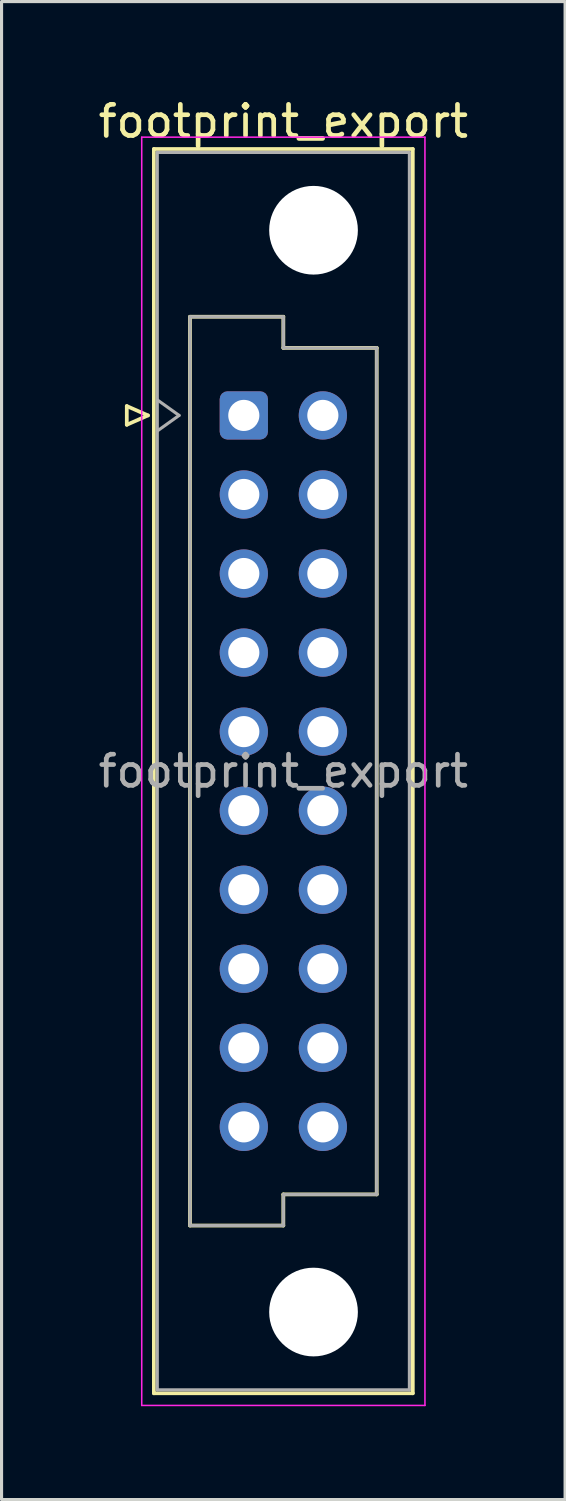
<source format=kicad_pcb>
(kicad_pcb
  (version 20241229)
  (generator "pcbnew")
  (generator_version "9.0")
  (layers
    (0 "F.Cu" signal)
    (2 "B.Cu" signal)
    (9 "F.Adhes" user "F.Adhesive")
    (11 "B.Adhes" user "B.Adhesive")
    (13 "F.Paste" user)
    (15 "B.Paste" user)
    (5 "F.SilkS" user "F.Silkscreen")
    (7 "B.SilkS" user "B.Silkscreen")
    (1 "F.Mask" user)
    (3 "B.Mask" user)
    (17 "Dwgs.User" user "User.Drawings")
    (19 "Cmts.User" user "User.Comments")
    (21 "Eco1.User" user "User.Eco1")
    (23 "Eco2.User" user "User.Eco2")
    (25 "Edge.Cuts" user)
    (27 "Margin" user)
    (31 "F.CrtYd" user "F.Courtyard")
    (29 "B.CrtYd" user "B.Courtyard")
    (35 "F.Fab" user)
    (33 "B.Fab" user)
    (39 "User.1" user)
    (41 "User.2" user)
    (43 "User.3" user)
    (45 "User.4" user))
  (footprint "footprint_export"
    (layer "F.Cu")
    (at 4.784 10.298)
    (property "Reference" "footprint_export" (at 1.27 -9.45 0) (layer "F.SilkS") (effects (font (size 1 1) (thickness 0.15))))
    (attr through_hole)
    (fp_line (start -3.76 -0.3) (end -3.76 0.3) (stroke (width 0.12) (type solid)) (layer "F.SilkS"))
    (fp_line (start -3.76 0.3) (end -3.08 0) (stroke (width 0.12) (type solid)) (layer "F.SilkS"))
    (fp_line (start -3.08 0) (end -3.76 -0.3) (stroke (width 0.12) (type solid)) (layer "F.SilkS"))
    (fp_line (start -2.89 -8.56) (end 5.43 -8.56) (stroke (width 0.12) (type solid)) (layer "F.SilkS"))
    (fp_line (start -2.89 31.42) (end -2.89 -8.56) (stroke (width 0.12) (type solid)) (layer "F.SilkS"))
    (fp_line (start -1.73 -3.17) (end 1.27 -3.17) (stroke (width 0.12) (type solid)) (layer "F.SilkS"))
    (fp_line (start -1.73 26.03) (end -1.73 -3.17) (stroke (width 0.12) (type solid)) (layer "F.SilkS"))
    (fp_line (start 1.27 -3.17) (end 1.27 -2.17) (stroke (width 0.12) (type solid)) (layer "F.SilkS"))
    (fp_line (start 1.27 -2.17) (end 4.27 -2.17) (stroke (width 0.12) (type solid)) (layer "F.SilkS"))
    (fp_line (start 1.27 25.03) (end 1.27 26.03) (stroke (width 0.12) (type solid)) (layer "F.SilkS"))
    (fp_line (start 1.27 26.03) (end -1.73 26.03) (stroke (width 0.12) (type solid)) (layer "F.SilkS"))
    (fp_line (start 4.27 -2.17) (end 4.27 25.03) (stroke (width 0.12) (type solid)) (layer "F.SilkS"))
    (fp_line (start 4.27 25.03) (end 1.27 25.03) (stroke (width 0.12) (type solid)) (layer "F.SilkS"))
    (fp_line (start 5.43 -8.56) (end 5.43 31.42) (stroke (width 0.12) (type solid)) (layer "F.SilkS"))
    (fp_line (start 5.43 31.42) (end -2.89 31.42) (stroke (width 0.12) (type solid)) (layer "F.SilkS"))
    (fp_line (start -3.28 -8.94) (end 5.82 -8.94) (stroke (width 0.05) (type solid)) (layer "F.CrtYd"))
    (fp_line (start -3.28 31.81) (end -3.28 -8.94) (stroke (width 0.05) (type solid)) (layer "F.CrtYd"))
    (fp_line (start 5.82 -8.94) (end 5.82 31.81) (stroke (width 0.05) (type solid)) (layer "F.CrtYd"))
    (fp_line (start 5.82 31.81) (end -3.28 31.81) (stroke (width 0.05) (type solid)) (layer "F.CrtYd"))
    (fp_line (start -2.78 -8.45) (end 5.32 -8.45) (stroke (width 0.1) (type solid)) (layer "F.Fab"))
    (fp_line (start -2.78 -0.5) (end -2.08 0) (stroke (width 0.1) (type solid)) (layer "F.Fab"))
    (fp_line (start -2.78 31.31) (end -2.78 -8.45) (stroke (width 0.1) (type solid)) (layer "F.Fab"))
    (fp_line (start -2.08 0) (end -2.78 0.5) (stroke (width 0.1) (type solid)) (layer "F.Fab"))
    (fp_line (start -1.73 -3.17) (end 1.27 -3.17) (stroke (width 0.1) (type solid)) (layer "F.Fab"))
    (fp_line (start -1.73 26.03) (end -1.73 -3.17) (stroke (width 0.1) (type solid)) (layer "F.Fab"))
    (fp_line (start 1.27 -3.17) (end 1.27 -2.17) (stroke (width 0.1) (type solid)) (layer "F.Fab"))
    (fp_line (start 1.27 -2.17) (end 4.27 -2.17) (stroke (width 0.1) (type solid)) (layer "F.Fab"))
    (fp_line (start 1.27 25.03) (end 1.27 26.03) (stroke (width 0.1) (type solid)) (layer "F.Fab"))
    (fp_line (start 1.27 26.03) (end -1.73 26.03) (stroke (width 0.1) (type solid)) (layer "F.Fab"))
    (fp_line (start 4.27 -2.17) (end 4.27 25.03) (stroke (width 0.1) (type solid)) (layer "F.Fab"))
    (fp_line (start 4.27 25.03) (end 1.27 25.03) (stroke (width 0.1) (type solid)) (layer "F.Fab"))
    (fp_line (start 5.32 -8.45) (end 5.32 31.31) (stroke (width 0.1) (type solid)) (layer "F.Fab"))
    (fp_line (start 5.32 31.31) (end -2.78 31.31) (stroke (width 0.1) (type solid)) (layer "F.Fab"))
    (fp_text user "${REFERENCE}" (at 1.27 11.43 0) (layer "F.Fab") (effects (font (size 1 1) (thickness 0.15))))
    (pad "" np_thru_hole circle (at 2.24 -5.95) (size 2.85 2.85) (drill 2.85) (layers "*.Cu" "*.Mask"))
    (pad "" np_thru_hole circle (at 2.24 28.81) (size 2.85 2.85) (drill 2.85) (layers "*.Cu" "*.Mask"))
    (pad "a1" thru_hole roundrect (at 0 0) (size 1.55 1.55) (drill 1) (layers "*.Cu" "*.Mask") (roundrect_rratio 0.161))
    (pad "a2" thru_hole circle (at 0 2.54) (size 1.55 1.55) (drill 1) (layers "*.Cu" "*.Mask"))
    (pad "a3" thru_hole circle (at 0 5.08) (size 1.55 1.55) (drill 1) (layers "*.Cu" "*.Mask"))
    (pad "a4" thru_hole circle (at 0 7.62) (size 1.55 1.55) (drill 1) (layers "*.Cu" "*.Mask"))
    (pad "a5" thru_hole circle (at 0 10.16) (size 1.55 1.55) (drill 1) (layers "*.Cu" "*.Mask"))
    (pad "a6" thru_hole circle (at 0 12.7) (size 1.55 1.55) (drill 1) (layers "*.Cu" "*.Mask"))
    (pad "a7" thru_hole circle (at 0 15.24) (size 1.55 1.55) (drill 1) (layers "*.Cu" "*.Mask"))
    (pad "a8" thru_hole circle (at 0 17.78) (size 1.55 1.55) (drill 1) (layers "*.Cu" "*.Mask"))
    (pad "a9" thru_hole circle (at 0 20.32) (size 1.55 1.55) (drill 1) (layers "*.Cu" "*.Mask"))
    (pad "a10" thru_hole circle (at 0 22.86) (size 1.55 1.55) (drill 1) (layers "*.Cu" "*.Mask"))
    (pad "b1" thru_hole circle (at 2.54 0) (size 1.55 1.55) (drill 1) (layers "*.Cu" "*.Mask"))
    (pad "b2" thru_hole circle (at 2.54 2.54) (size 1.55 1.55) (drill 1) (layers "*.Cu" "*.Mask"))
    (pad "b3" thru_hole circle (at 2.54 5.08) (size 1.55 1.55) (drill 1) (layers "*.Cu" "*.Mask"))
    (pad "b4" thru_hole circle (at 2.54 7.62) (size 1.55 1.55) (drill 1) (layers "*.Cu" "*.Mask"))
    (pad "b5" thru_hole circle (at 2.54 10.16) (size 1.55 1.55) (drill 1) (layers "*.Cu" "*.Mask"))
    (pad "b6" thru_hole circle (at 2.54 12.7) (size 1.55 1.55) (drill 1) (layers "*.Cu" "*.Mask"))
    (pad "b7" thru_hole circle (at 2.54 15.24) (size 1.55 1.55) (drill 1) (layers "*.Cu" "*.Mask"))
    (pad "b8" thru_hole circle (at 2.54 17.78) (size 1.55 1.55) (drill 1) (layers "*.Cu" "*.Mask"))
    (pad "b9" thru_hole circle (at 2.54 20.32) (size 1.55 1.55) (drill 1) (layers "*.Cu" "*.Mask"))
    (pad "b10" thru_hole circle (at 2.54 22.86) (size 1.55 1.55) (drill 1) (layers "*.Cu" "*.Mask")))
  (gr_rect
    (start -3 -3)
    (end 15.107 45.133)
    (stroke (width 0.1) (type default))
    (fill no)
    (layer "Edge.Cuts")))
</source>
